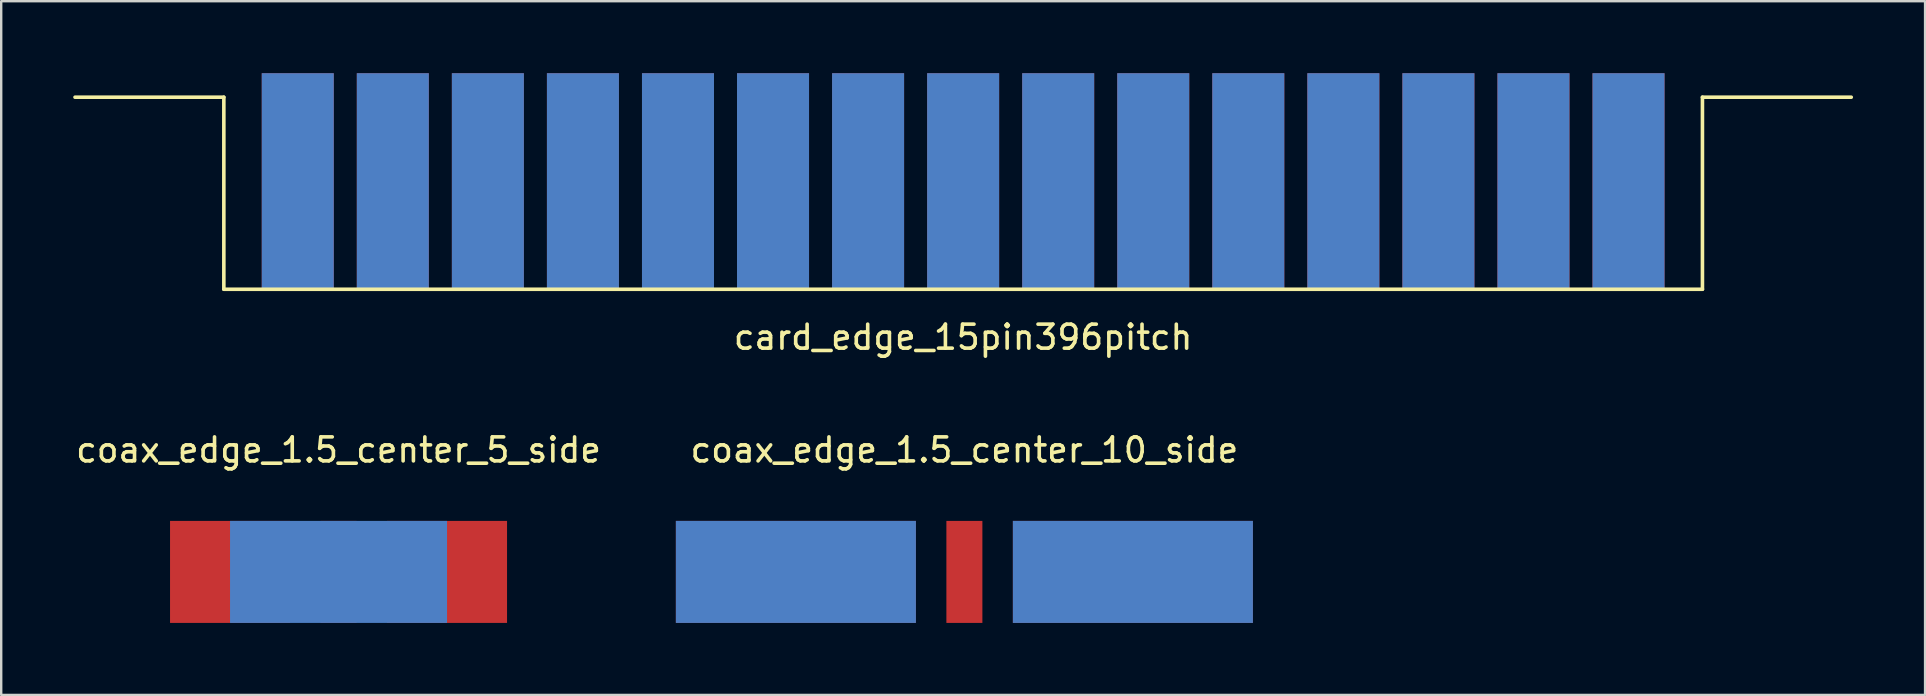
<source format=kicad_pcb>
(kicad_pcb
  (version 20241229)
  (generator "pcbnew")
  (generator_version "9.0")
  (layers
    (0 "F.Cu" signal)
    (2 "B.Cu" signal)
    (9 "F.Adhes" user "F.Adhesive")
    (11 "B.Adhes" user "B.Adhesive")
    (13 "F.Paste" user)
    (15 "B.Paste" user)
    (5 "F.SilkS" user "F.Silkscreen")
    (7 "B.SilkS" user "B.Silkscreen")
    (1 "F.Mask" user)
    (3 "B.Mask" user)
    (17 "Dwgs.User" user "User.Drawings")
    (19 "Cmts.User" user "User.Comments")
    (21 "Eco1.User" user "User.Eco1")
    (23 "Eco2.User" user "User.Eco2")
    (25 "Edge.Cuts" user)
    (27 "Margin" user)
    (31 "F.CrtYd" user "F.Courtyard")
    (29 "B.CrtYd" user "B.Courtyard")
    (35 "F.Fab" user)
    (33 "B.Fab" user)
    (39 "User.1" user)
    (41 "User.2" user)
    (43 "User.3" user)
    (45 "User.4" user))
  (footprint "card_edge_15pin396pitch"
    (layer "F.Cu")
    (at 37.075 1)
    (property "Reference" "card_edge_15pin396pitch" (at 0 10 0) (layer "F.SilkS") (effects (font (size 1 1) (thickness 0.15))))
    (attr through_hole)
    (fp_line (start -30.8 0) (end -37 0) (stroke (width 0.15) (type solid)) (layer "F.SilkS"))
    (fp_line (start -30.8 8) (end -30.8 0) (stroke (width 0.15) (type solid)) (layer "F.SilkS"))
    (fp_line (start -30.8 8) (end 30.8 8) (stroke (width 0.15) (type solid)) (layer "F.SilkS"))
    (fp_line (start 30.8 0) (end 30.8 8) (stroke (width 0.15) (type solid)) (layer "F.SilkS"))
    (fp_line (start 30.8 0) (end 37 0) (stroke (width 0.15) (type solid)) (layer "F.SilkS"))
    (pad "1" smd rect (at -27.72 3.5) (size 3 9) (layers "F.Cu" "F.Mask"))
    (pad "2" smd rect (at -23.76 3.5) (size 3 9) (layers "F.Cu" "F.Mask"))
    (pad "3" smd rect (at -19.8 3.5) (size 3 9) (layers "F.Cu" "F.Mask"))
    (pad "4" smd rect (at -15.84 3.5) (size 3 9) (layers "F.Cu" "F.Mask"))
    (pad "5" smd rect (at -11.88 3.5) (size 3 9) (layers "F.Cu" "F.Mask"))
    (pad "6" smd rect (at -7.92 3.5) (size 3 9) (layers "F.Cu" "F.Mask"))
    (pad "7" smd rect (at -3.96 3.5) (size 3 9) (layers "F.Cu" "F.Mask"))
    (pad "8" smd rect (at 0 3.5) (size 3 9) (layers "F.Cu" "F.Mask"))
    (pad "9" smd rect (at 3.96 3.5) (size 3 9) (layers "F.Cu" "F.Mask"))
    (pad "10" smd rect (at 7.92 3.5) (size 3 9) (layers "F.Cu" "F.Mask"))
    (pad "11" smd rect (at 11.88 3.5) (size 3 9) (layers "F.Cu" "F.Mask"))
    (pad "12" smd rect (at 15.84 3.5) (size 3 9) (layers "F.Cu" "F.Mask"))
    (pad "13" smd rect (at 19.8 3.5) (size 3 9) (layers "F.Cu" "F.Mask"))
    (pad "14" smd rect (at 23.76 3.5) (size 3 9) (layers "F.Cu" "F.Mask"))
    (pad "15" smd rect (at 27.72 3.5) (size 3 9) (layers "F.Cu" "F.Mask"))
    (pad "A" smd rect (at -27.72 3.5) (size 3 9) (layers "B.Cu" "B.Mask"))
    (pad "B" smd rect (at -23.76 3.5) (size 3 9) (layers "B.Cu" "B.Mask"))
    (pad "C" smd rect (at -19.8 3.5) (size 3 9) (layers "B.Cu" "B.Mask"))
    (pad "D" smd rect (at -15.84 3.5) (size 3 9) (layers "B.Cu" "B.Mask"))
    (pad "E" smd rect (at -11.88 3.5) (size 3 9) (layers "B.Cu" "B.Mask"))
    (pad "F" smd rect (at -7.92 3.5) (size 3 9) (layers "B.Cu" "B.Mask"))
    (pad "H" smd rect (at -3.96 3.5) (size 3 9) (layers "B.Cu" "B.Mask"))
    (pad "J" smd rect (at 0 3.5) (size 3 9) (layers "B.Cu" "B.Mask"))
    (pad "K" smd rect (at 3.96 3.5) (size 3 9) (layers "B.Cu" "B.Mask"))
    (pad "L" smd rect (at 7.92 3.5) (size 3 9) (layers "B.Cu" "B.Mask"))
    (pad "M" smd rect (at 11.88 3.5) (size 3 9) (layers "B.Cu" "B.Mask"))
    (pad "N" smd rect (at 15.84 3.5) (size 3 9) (layers "B.Cu" "B.Mask"))
    (pad "P" smd rect (at 19.8 3.5) (size 3 9) (layers "B.Cu" "B.Mask"))
    (pad "R" smd rect (at 23.76 3.5) (size 3 9) (layers "B.Cu" "B.Mask"))
    (pad "S" smd rect (at 27.72 3.5) (size 3 9) (layers "B.Cu" "B.Mask")))
  (footprint "coax_edge_1.5_center_5_side"
    (layer "F.Cu")
    (at 11.054 20.776)
    (property "Reference" "coax_edge_1.5_center_5_side" (at 0 -5.08 0) (layer "F.SilkS") (effects (font (size 1 1) (thickness 0.15))))
    (attr through_hole)
    (pad "1" smd rect (at -4.52 0) (size 5 4.25) (layers "F.Cu" "F.Mask" "F.Paste"))
    (pad "1" smd rect (at 0 0) (size 9.04 4.25) (layers "B.Cu" "B.Mask" "B.Paste"))
    (pad "1" smd rect (at 4.52 0) (size 5 4.25) (layers "F.Cu" "F.Mask" "F.Paste"))
    (pad "2" smd rect (at 0 0) (size 1.5 4.25) (layers "F.Cu" "F.Mask" "F.Paste")))
  (footprint "coax_edge_1.5_center_10_side"
    (layer "F.Cu")
    (at 37.127 20.776)
    (property "Reference" "coax_edge_1.5_center_10_side" (at 0 -5.08 0) (layer "F.SilkS") (effects (font (size 1 1) (thickness 0.15))))
    (attr through_hole)
    (pad "1" smd rect (at -7.02 0) (size 10 4.25) (layers "F.Cu" "F.Mask" "F.Paste"))
    (pad "1" smd rect (at -7.02 0) (size 10 4.25) (layers "B.Cu" "B.Mask" "B.Paste"))
    (pad "1" smd rect (at 7.02 0) (size 10 4.25) (layers "F.Cu" "F.Mask" "F.Paste"))
    (pad "1" smd rect (at 7.02 0) (size 10 4.25) (layers "B.Cu" "B.Mask" "B.Paste"))
    (pad "2" smd rect (at 0 0) (size 1.5 4.25) (layers "F.Cu" "F.Mask" "F.Paste")))
  (gr_rect
    (start -3 -3)
    (end 77.15 25.901)
    (stroke (width 0.1) (type default))
    (fill no)
    (layer "Edge.Cuts")))
</source>
